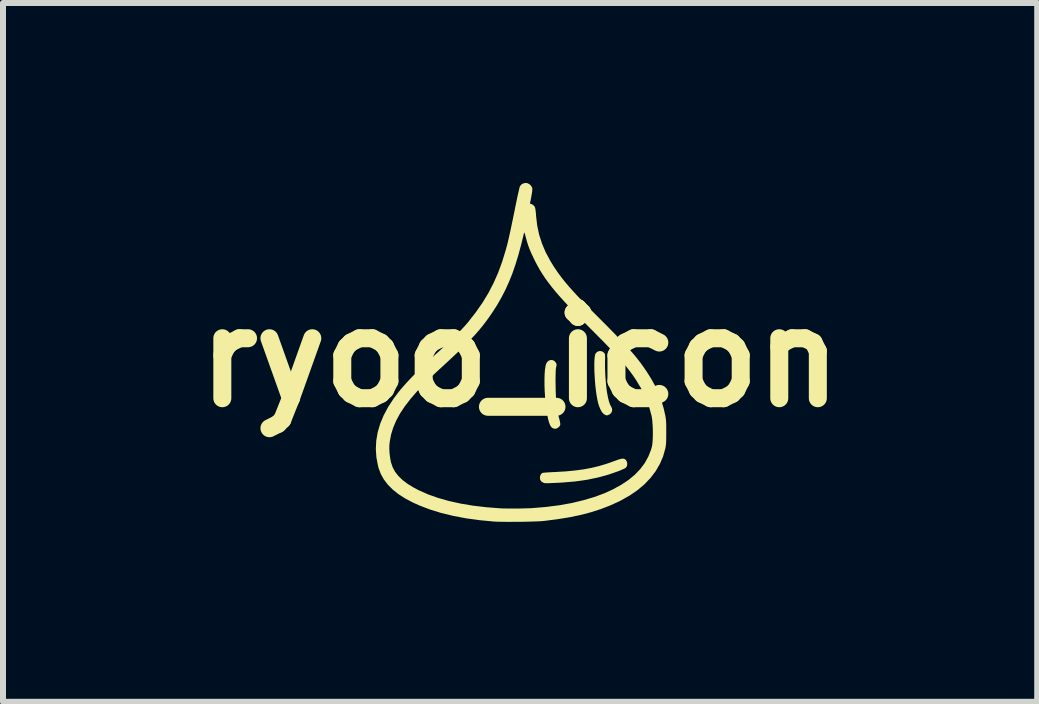
<source format=kicad_pcb>
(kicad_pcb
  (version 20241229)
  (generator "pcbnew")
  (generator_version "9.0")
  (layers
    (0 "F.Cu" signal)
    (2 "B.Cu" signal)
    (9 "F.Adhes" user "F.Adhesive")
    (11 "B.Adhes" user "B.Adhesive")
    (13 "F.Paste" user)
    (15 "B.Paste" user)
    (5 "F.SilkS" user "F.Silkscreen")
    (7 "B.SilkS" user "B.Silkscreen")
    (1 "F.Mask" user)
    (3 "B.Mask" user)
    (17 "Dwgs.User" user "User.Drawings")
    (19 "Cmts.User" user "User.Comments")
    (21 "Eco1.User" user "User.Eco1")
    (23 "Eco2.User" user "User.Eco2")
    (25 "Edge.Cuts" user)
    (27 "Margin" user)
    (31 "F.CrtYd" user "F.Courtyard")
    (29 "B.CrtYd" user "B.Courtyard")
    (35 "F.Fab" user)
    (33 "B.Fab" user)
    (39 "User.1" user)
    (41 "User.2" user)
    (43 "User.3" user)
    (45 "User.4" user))
  (footprint "ryoo_icon"
    (layer "F.Cu")
    (at 5.621 2.911)
    (property "Reference" "ryoo_icon" (at 0 0 0) (layer "F.SilkS") (effects (font (size 1.5 1.5) (thickness 0.3))))
    (attr board_only exclude_from_pos_files exclude_from_bom)
    (fp_poly (pts (xy 0.543 0.043) (xy 0.573 0.058) (xy 0.597 0.086) (xy 0.6 0.092) (xy 0.608 0.113) (xy 0.608 0.133) (xy 0.602 0.157) (xy 0.598 0.177) (xy 0.595 0.207) (xy 0.593 0.25) (xy 0.592 0.307) (xy 0.591 0.379) (xy 0.592 0.423) (xy 0.594 0.56) (xy 0.599 0.681) (xy 0.608 0.789) (xy 0.621 0.883) (xy 0.638 0.965) (xy 0.644 0.988) (xy 0.658 1.038) (xy 0.666 1.076) (xy 0.67 1.102) (xy 0.67 1.121) (xy 0.664 1.136) (xy 0.655 1.15) (xy 0.65 1.155) (xy 0.618 1.18) (xy 0.584 1.188) (xy 0.548 1.18) (xy 0.538 1.174) (xy 0.517 1.155) (xy 0.499 1.124) (xy 0.482 1.08) (xy 0.466 1.021) (xy 0.452 0.948) (xy 0.438 0.858) (xy 0.436 0.846) (xy 0.425 0.748) (xy 0.416 0.648) (xy 0.41 0.55) (xy 0.407 0.455) (xy 0.407 0.365) (xy 0.409 0.283) (xy 0.414 0.211) (xy 0.423 0.152) (xy 0.433 0.108) (xy 0.452 0.074) (xy 0.479 0.051) (xy 0.511 0.041)) (stroke (width 0) (type solid)) (fill yes) (layer "F.SilkS"))
    (fp_poly (pts (xy 1.378 -0.097) (xy 1.398 -0.081) (xy 1.407 -0.072) (xy 1.412 -0.062) (xy 1.416 -0.048) (xy 1.417 -0.028) (xy 1.418 0.002) (xy 1.417 0.045) (xy 1.416 0.063) (xy 1.416 0.156) (xy 1.419 0.25) (xy 1.424 0.343) (xy 1.432 0.434) (xy 1.441 0.521) (xy 1.453 0.601) (xy 1.467 0.672) (xy 1.482 0.732) (xy 1.498 0.779) (xy 1.514 0.811) (xy 1.515 0.812) (xy 1.533 0.848) (xy 1.535 0.885) (xy 1.523 0.918) (xy 1.497 0.945) (xy 1.479 0.954) (xy 1.459 0.962) (xy 1.448 0.965) (xy 1.448 0.965) (xy 1.438 0.963) (xy 1.428 0.96) (xy 1.397 0.944) (xy 1.368 0.913) (xy 1.341 0.867) (xy 1.316 0.808) (xy 1.298 0.747) (xy 1.286 0.689) (xy 1.274 0.621) (xy 1.264 0.547) (xy 1.255 0.467) (xy 1.248 0.386) (xy 1.243 0.304) (xy 1.239 0.225) (xy 1.238 0.151) (xy 1.238 0.083) (xy 1.241 0.025) (xy 1.246 -0.022) (xy 1.253 -0.055) (xy 1.257 -0.062) (xy 1.279 -0.09) (xy 1.31 -0.106) (xy 1.344 -0.108)) (stroke (width 0) (type solid)) (fill yes) (layer "F.SilkS"))
    (fp_poly (pts (xy 1.739 1.69) (xy 1.758 1.702) (xy 1.763 1.707) (xy 1.781 1.737) (xy 1.787 1.772) (xy 1.783 1.805) (xy 1.767 1.833) (xy 1.756 1.843) (xy 1.74 1.851) (xy 1.712 1.864) (xy 1.675 1.88) (xy 1.638 1.895) (xy 1.475 1.952) (xy 1.304 1.999) (xy 1.122 2.037) (xy 0.928 2.065) (xy 0.721 2.083) (xy 0.634 2.088) (xy 0.567 2.091) (xy 0.515 2.093) (xy 0.476 2.095) (xy 0.447 2.095) (xy 0.427 2.095) (xy 0.412 2.094) (xy 0.402 2.092) (xy 0.393 2.088) (xy 0.384 2.085) (xy 0.354 2.066) (xy 0.337 2.041) (xy 0.331 2.017) (xy 0.332 1.985) (xy 0.343 1.954) (xy 0.361 1.931) (xy 0.369 1.925) (xy 0.381 1.922) (xy 0.409 1.919) (xy 0.448 1.916) (xy 0.497 1.913) (xy 0.553 1.91) (xy 0.598 1.908) (xy 0.765 1.898) (xy 0.919 1.883) (xy 1.061 1.864) (xy 1.195 1.839) (xy 1.324 1.807) (xy 1.45 1.769) (xy 1.577 1.724) (xy 1.589 1.72) (xy 1.643 1.7) (xy 1.684 1.689) (xy 1.715 1.685)) (stroke (width 0) (type solid)) (fill yes) (layer "F.SilkS"))
    (fp_poly (pts (xy 0.119 -2.908) (xy 0.155 -2.891) (xy 0.184 -2.863) (xy 0.202 -2.829) (xy 0.204 -2.82) (xy 0.204 -2.799) (xy 0.201 -2.765) (xy 0.194 -2.721) (xy 0.185 -2.671) (xy 0.175 -2.617) (xy 0.167 -2.582) (xy 0.167 -2.566) (xy 0.176 -2.562) (xy 0.2 -2.555) (xy 0.224 -2.538) (xy 0.244 -2.514) (xy 0.246 -2.51) (xy 0.252 -2.49) (xy 0.258 -2.455) (xy 0.264 -2.407) (xy 0.267 -2.359) (xy 0.285 -2.203) (xy 0.317 -2.052) (xy 0.364 -1.904) (xy 0.426 -1.757) (xy 0.505 -1.61) (xy 0.567 -1.51) (xy 0.606 -1.452) (xy 0.645 -1.396) (xy 0.686 -1.341) (xy 0.729 -1.286) (xy 0.776 -1.229) (xy 0.828 -1.168) (xy 0.886 -1.104) (xy 0.95 -1.034) (xy 1.023 -0.958) (xy 1.104 -0.874) (xy 1.196 -0.78) (xy 1.299 -0.677) (xy 1.329 -0.647) (xy 1.437 -0.539) (xy 1.533 -0.441) (xy 1.619 -0.353) (xy 1.695 -0.273) (xy 1.764 -0.2) (xy 1.824 -0.134) (xy 1.879 -0.072) (xy 1.928 -0.014) (xy 1.972 0.042) (xy 2.014 0.096) (xy 2.053 0.151) (xy 2.091 0.206) (xy 2.11 0.233) (xy 2.191 0.362) (xy 2.259 0.486) (xy 2.314 0.608) (xy 2.36 0.731) (xy 2.397 0.859) (xy 2.413 0.931) (xy 2.421 0.967) (xy 2.427 0.999) (xy 2.431 1.03) (xy 2.434 1.062) (xy 2.436 1.1) (xy 2.437 1.147) (xy 2.437 1.206) (xy 2.437 1.242) (xy 2.437 1.312) (xy 2.436 1.368) (xy 2.435 1.413) (xy 2.432 1.449) (xy 2.428 1.479) (xy 2.424 1.507) (xy 2.421 1.518) (xy 2.384 1.65) (xy 2.33 1.775) (xy 2.261 1.894) (xy 2.176 2.006) (xy 2.076 2.111) (xy 1.961 2.209) (xy 1.83 2.299) (xy 1.685 2.381) (xy 1.644 2.402) (xy 1.496 2.469) (xy 1.342 2.528) (xy 1.18 2.58) (xy 1.008 2.625) (xy 0.825 2.663) (xy 0.628 2.695) (xy 0.418 2.722) (xy 0.371 2.727) (xy 0.333 2.73) (xy 0.281 2.732) (xy 0.217 2.734) (xy 0.144 2.736) (xy 0.065 2.738) (xy -0.017 2.739) (xy -0.1 2.739) (xy -0.181 2.74) (xy -0.256 2.739) (xy -0.324 2.738) (xy -0.382 2.737) (xy -0.426 2.735) (xy -0.431 2.735) (xy -0.671 2.712) (xy -0.899 2.681) (xy -1.115 2.64) (xy -1.317 2.591) (xy -1.507 2.532) (xy -1.682 2.465) (xy -1.79 2.416) (xy -1.918 2.348) (xy -2.03 2.276) (xy -2.126 2.199) (xy -2.206 2.118) (xy -2.272 2.031) (xy -2.323 1.939) (xy -2.36 1.84) (xy -2.368 1.809) (xy -2.395 1.668) (xy -2.405 1.527) (xy -2.405 1.524) (xy -2.18 1.524) (xy -2.176 1.598) (xy -2.166 1.676) (xy -2.152 1.749) (xy -2.151 1.751) (xy -2.124 1.83) (xy -2.084 1.905) (xy -2.029 1.975) (xy -1.959 2.043) (xy -1.874 2.107) (xy -1.772 2.169) (xy -1.687 2.214) (xy -1.533 2.282) (xy -1.366 2.341) (xy -1.186 2.392) (xy -0.991 2.435) (xy -0.783 2.47) (xy -0.56 2.496) (xy -0.332 2.514) (xy -0.284 2.516) (xy -0.222 2.517) (xy -0.151 2.518) (xy -0.075 2.517) (xy 0.002 2.517) (xy 0.076 2.515) (xy 0.144 2.513) (xy 0.2 2.511) (xy 0.207 2.51) (xy 0.435 2.491) (xy 0.653 2.463) (xy 0.861 2.426) (xy 1.056 2.379) (xy 1.239 2.325) (xy 1.409 2.262) (xy 1.548 2.198) (xy 1.686 2.122) (xy 1.808 2.041) (xy 1.914 1.953) (xy 2.004 1.859) (xy 2.079 1.759) (xy 2.138 1.652) (xy 2.183 1.539) (xy 2.198 1.486) (xy 2.205 1.445) (xy 2.21 1.391) (xy 2.213 1.327) (xy 2.214 1.257) (xy 2.213 1.185) (xy 2.209 1.115) (xy 2.204 1.051) (xy 2.197 0.996) (xy 2.193 0.975) (xy 2.151 0.82) (xy 2.092 0.666) (xy 2.018 0.514) (xy 1.929 0.367) (xy 1.891 0.311) (xy 1.852 0.257) (xy 1.812 0.204) (xy 1.769 0.15) (xy 1.723 0.093) (xy 1.671 0.034) (xy 1.614 -0.029) (xy 1.55 -0.098) (xy 1.478 -0.174) (xy 1.397 -0.258) (xy 1.305 -0.35) (xy 1.203 -0.454) (xy 1.173 -0.483) (xy 1.05 -0.607) (xy 0.939 -0.72) (xy 0.839 -0.824) (xy 0.75 -0.92) (xy 0.669 -1.009) (xy 0.597 -1.092) (xy 0.533 -1.17) (xy 0.475 -1.245) (xy 0.422 -1.317) (xy 0.375 -1.388) (xy 0.331 -1.458) (xy 0.291 -1.53) (xy 0.252 -1.603) (xy 0.224 -1.661) (xy 0.189 -1.735) (xy 0.161 -1.8) (xy 0.138 -1.861) (xy 0.118 -1.923) (xy 0.099 -1.991) (xy 0.095 -2.006) (xy 0.084 -2.047) (xy 0.076 -2.073) (xy 0.07 -2.084) (xy 0.066 -2.082) (xy 0.066 -2.079) (xy 0.02 -1.889) (xy -0.027 -1.714) (xy -0.076 -1.553) (xy -0.128 -1.402) (xy -0.185 -1.261) (xy -0.246 -1.126) (xy -0.313 -0.997) (xy -0.386 -0.87) (xy -0.46 -0.755) (xy -0.514 -0.676) (xy -0.568 -0.602) (xy -0.623 -0.53) (xy -0.682 -0.458) (xy -0.745 -0.386) (xy -0.815 -0.311) (xy -0.891 -0.232) (xy -0.977 -0.147) (xy -1.073 -0.056) (xy -1.18 0.044) (xy -1.212 0.074) (xy -1.296 0.151) (xy -1.369 0.218) (xy -1.432 0.277) (xy -1.486 0.329) (xy -1.533 0.374) (xy -1.576 0.416) (xy -1.614 0.454) (xy -1.65 0.491) (xy -1.685 0.529) (xy -1.715 0.561) (xy -1.825 0.688) (xy -1.92 0.811) (xy -2 0.931) (xy -2.064 1.049) (xy -2.114 1.165) (xy -2.15 1.281) (xy -2.172 1.397) (xy -2.179 1.458) (xy -2.18 1.524) (xy -2.405 1.524) (xy -2.398 1.387) (xy -2.374 1.247) (xy -2.333 1.106) (xy -2.275 0.966) (xy -2.2 0.825) (xy -2.107 0.683) (xy -2.031 0.582) (xy -1.988 0.529) (xy -1.944 0.478) (xy -1.898 0.426) (xy -1.85 0.374) (xy -1.796 0.318) (xy -1.737 0.259) (xy -1.671 0.194) (xy -1.596 0.123) (xy -1.511 0.043) (xy -1.416 -0.046) (xy -1.367 -0.09) (xy -1.266 -0.184) (xy -1.176 -0.268) (xy -1.098 -0.344) (xy -1.03 -0.412) (xy -0.97 -0.474) (xy -0.918 -0.53) (xy -0.872 -0.583) (xy -0.86 -0.598) (xy -0.736 -0.757) (xy -0.626 -0.915) (xy -0.528 -1.076) (xy -0.442 -1.242) (xy -0.365 -1.416) (xy -0.298 -1.599) (xy -0.238 -1.795) (xy -0.211 -1.895) (xy -0.201 -1.937) (xy -0.188 -1.993) (xy -0.173 -2.061) (xy -0.156 -2.137) (xy -0.139 -2.22) (xy -0.121 -2.306) (xy -0.103 -2.393) (xy -0.094 -2.437) (xy -0.078 -2.518) (xy -0.062 -2.594) (xy -0.048 -2.664) (xy -0.034 -2.726) (xy -0.022 -2.778) (xy -0.013 -2.818) (xy -0.006 -2.845) (xy -0.002 -2.855) (xy 0.022 -2.885) (xy 0.056 -2.904) (xy 0.095 -2.911)) (stroke (width 0) (type solid)) (fill yes) (layer "F.SilkS")))
  (gr_rect
    (start -3 -3)
    (end 14.243 8.651)
    (stroke (width 0.1) (type default))
    (fill no)
    (layer "Edge.Cuts")))
</source>
